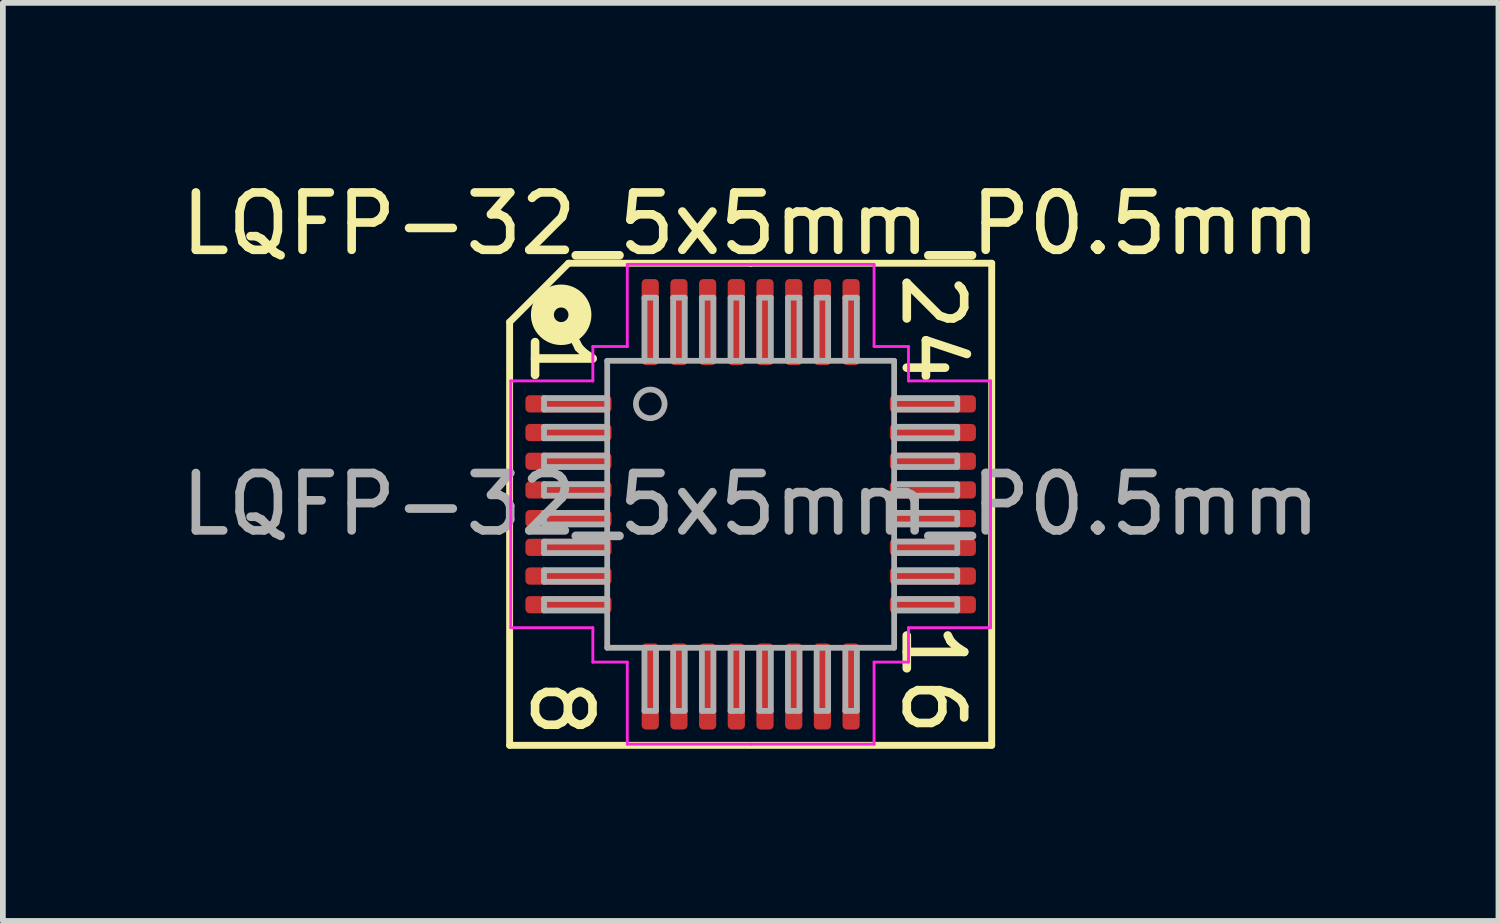
<source format=kicad_pcb>
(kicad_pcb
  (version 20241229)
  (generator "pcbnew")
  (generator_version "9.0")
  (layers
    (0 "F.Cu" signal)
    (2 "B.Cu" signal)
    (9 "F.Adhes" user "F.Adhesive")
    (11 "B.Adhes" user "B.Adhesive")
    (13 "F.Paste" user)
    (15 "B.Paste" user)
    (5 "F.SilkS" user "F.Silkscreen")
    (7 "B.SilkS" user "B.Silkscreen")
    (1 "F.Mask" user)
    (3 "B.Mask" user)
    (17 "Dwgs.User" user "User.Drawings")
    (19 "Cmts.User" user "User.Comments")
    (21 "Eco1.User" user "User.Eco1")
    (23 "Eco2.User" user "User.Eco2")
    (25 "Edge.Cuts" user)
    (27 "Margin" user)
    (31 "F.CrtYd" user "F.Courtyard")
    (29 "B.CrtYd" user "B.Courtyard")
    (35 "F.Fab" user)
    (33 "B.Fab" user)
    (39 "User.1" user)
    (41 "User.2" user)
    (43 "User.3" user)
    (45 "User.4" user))
  (footprint "LQFP-32_5x5mm_P0.5mm"
    (layer "F.Cu")
    (at 10.03 5.737)
    (property "Reference" "LQFP-32_5x5mm_P0.5mm" (at 0 -4.889 0) (layer "F.SilkS") (effects (font (size 1 1) (thickness 0.15))))
    (attr smd)
    (fp_line (start -4.2 -3.175) (end -4.2 4.2) (stroke (width 0.12) (type solid)) (layer "F.SilkS"))
    (fp_line (start -4.2 4.2) (end 4.2 4.2) (stroke (width 0.12) (type solid)) (layer "F.SilkS"))
    (fp_line (start -3.175 -4.2) (end -4.2 -3.175) (stroke (width 0.12) (type solid)) (layer "F.SilkS"))
    (fp_line (start 0 -4.2) (end -3.175 -4.2) (stroke (width 0.12) (type solid)) (layer "F.SilkS"))
    (fp_line (start 4.2 -4.2) (end 0 -4.2) (stroke (width 0.12) (type solid)) (layer "F.SilkS"))
    (fp_line (start 4.2 4.2) (end 4.2 -4.2) (stroke (width 0.12) (type solid)) (layer "F.SilkS"))
    (fp_circle (center -3.302 -3.302) (end -3.175 -3.302) (stroke (width 0.4) (type solid)) (fill no) (layer "F.SilkS"))
    (fp_line (start -4.18 -2.15) (end -4.18 0) (stroke (width 0.05) (type solid)) (layer "F.CrtYd"))
    (fp_line (start -4.18 2.15) (end -4.18 0) (stroke (width 0.05) (type solid)) (layer "F.CrtYd"))
    (fp_line (start -2.75 -2.75) (end -2.75 -2.15) (stroke (width 0.05) (type solid)) (layer "F.CrtYd"))
    (fp_line (start -2.75 -2.15) (end -4.18 -2.15) (stroke (width 0.05) (type solid)) (layer "F.CrtYd"))
    (fp_line (start -2.75 2.15) (end -4.18 2.15) (stroke (width 0.05) (type solid)) (layer "F.CrtYd"))
    (fp_line (start -2.75 2.75) (end -2.75 2.15) (stroke (width 0.05) (type solid)) (layer "F.CrtYd"))
    (fp_line (start -2.15 -4.18) (end -2.15 -2.75) (stroke (width 0.05) (type solid)) (layer "F.CrtYd"))
    (fp_line (start -2.15 -2.75) (end -2.75 -2.75) (stroke (width 0.05) (type solid)) (layer "F.CrtYd"))
    (fp_line (start -2.15 2.75) (end -2.75 2.75) (stroke (width 0.05) (type solid)) (layer "F.CrtYd"))
    (fp_line (start -2.15 4.18) (end -2.15 2.75) (stroke (width 0.05) (type solid)) (layer "F.CrtYd"))
    (fp_line (start 0 -4.18) (end -2.15 -4.18) (stroke (width 0.05) (type solid)) (layer "F.CrtYd"))
    (fp_line (start 0 -4.18) (end 2.15 -4.18) (stroke (width 0.05) (type solid)) (layer "F.CrtYd"))
    (fp_line (start 0 4.18) (end -2.15 4.18) (stroke (width 0.05) (type solid)) (layer "F.CrtYd"))
    (fp_line (start 0 4.18) (end 2.15 4.18) (stroke (width 0.05) (type solid)) (layer "F.CrtYd"))
    (fp_line (start 2.15 -4.18) (end 2.15 -2.75) (stroke (width 0.05) (type solid)) (layer "F.CrtYd"))
    (fp_line (start 2.15 -2.75) (end 2.75 -2.75) (stroke (width 0.05) (type solid)) (layer "F.CrtYd"))
    (fp_line (start 2.15 2.75) (end 2.75 2.75) (stroke (width 0.05) (type solid)) (layer "F.CrtYd"))
    (fp_line (start 2.15 4.18) (end 2.15 2.75) (stroke (width 0.05) (type solid)) (layer "F.CrtYd"))
    (fp_line (start 2.75 -2.75) (end 2.75 -2.15) (stroke (width 0.05) (type solid)) (layer "F.CrtYd"))
    (fp_line (start 2.75 -2.15) (end 4.18 -2.15) (stroke (width 0.05) (type solid)) (layer "F.CrtYd"))
    (fp_line (start 2.75 2.15) (end 4.18 2.15) (stroke (width 0.05) (type solid)) (layer "F.CrtYd"))
    (fp_line (start 2.75 2.75) (end 2.75 2.15) (stroke (width 0.05) (type solid)) (layer "F.CrtYd"))
    (fp_line (start 4.18 -2.15) (end 4.18 0) (stroke (width 0.05) (type solid)) (layer "F.CrtYd"))
    (fp_line (start 4.18 2.15) (end 4.18 0) (stroke (width 0.05) (type solid)) (layer "F.CrtYd"))
    (fp_line (start -3.6 -1.85) (end -3.6 -1.65) (stroke (width 0.1) (type solid)) (layer "F.Fab"))
    (fp_line (start -3.6 -1.85) (end -2.5 -1.85) (stroke (width 0.1) (type solid)) (layer "F.Fab"))
    (fp_line (start -3.6 -1.65) (end -2.5 -1.65) (stroke (width 0.1) (type solid)) (layer "F.Fab"))
    (fp_line (start -3.6 -1.35) (end -3.6 -1.15) (stroke (width 0.1) (type solid)) (layer "F.Fab"))
    (fp_line (start -3.6 -1.35) (end -2.5 -1.35) (stroke (width 0.1) (type solid)) (layer "F.Fab"))
    (fp_line (start -3.6 -1.15) (end -2.5 -1.15) (stroke (width 0.1) (type solid)) (layer "F.Fab"))
    (fp_line (start -3.6 -0.85) (end -3.6 -0.65) (stroke (width 0.1) (type solid)) (layer "F.Fab"))
    (fp_line (start -3.6 -0.85) (end -2.5 -0.85) (stroke (width 0.1) (type solid)) (layer "F.Fab"))
    (fp_line (start -3.6 -0.65) (end -2.5 -0.65) (stroke (width 0.1) (type solid)) (layer "F.Fab"))
    (fp_line (start -3.6 -0.35) (end -3.6 -0.15) (stroke (width 0.1) (type solid)) (layer "F.Fab"))
    (fp_line (start -3.6 -0.35) (end -2.5 -0.35) (stroke (width 0.1) (type solid)) (layer "F.Fab"))
    (fp_line (start -3.6 -0.15) (end -2.5 -0.15) (stroke (width 0.1) (type solid)) (layer "F.Fab"))
    (fp_line (start -3.6 0.15) (end -3.6 0.35) (stroke (width 0.1) (type solid)) (layer "F.Fab"))
    (fp_line (start -3.6 0.15) (end -2.5 0.15) (stroke (width 0.1) (type solid)) (layer "F.Fab"))
    (fp_line (start -3.6 0.35) (end -2.5 0.35) (stroke (width 0.1) (type solid)) (layer "F.Fab"))
    (fp_line (start -3.6 0.65) (end -3.6 0.85) (stroke (width 0.1) (type solid)) (layer "F.Fab"))
    (fp_line (start -3.6 0.65) (end -2.5 0.65) (stroke (width 0.1) (type solid)) (layer "F.Fab"))
    (fp_line (start -3.6 0.85) (end -2.5 0.85) (stroke (width 0.1) (type solid)) (layer "F.Fab"))
    (fp_line (start -3.6 1.15) (end -3.6 1.35) (stroke (width 0.1) (type solid)) (layer "F.Fab"))
    (fp_line (start -3.6 1.15) (end -2.5 1.15) (stroke (width 0.1) (type solid)) (layer "F.Fab"))
    (fp_line (start -3.6 1.35) (end -2.5 1.35) (stroke (width 0.1) (type solid)) (layer "F.Fab"))
    (fp_line (start -3.6 1.65) (end -3.6 1.85) (stroke (width 0.1) (type solid)) (layer "F.Fab"))
    (fp_line (start -3.6 1.65) (end -2.5 1.65) (stroke (width 0.1) (type solid)) (layer "F.Fab"))
    (fp_line (start -3.6 1.85) (end -2.5 1.85) (stroke (width 0.1) (type solid)) (layer "F.Fab"))
    (fp_line (start -2.5 -2.5) (end 2.5 -2.5) (stroke (width 0.1) (type solid)) (layer "F.Fab"))
    (fp_line (start -2.5 2.5) (end -2.5 -2.5) (stroke (width 0.1) (type solid)) (layer "F.Fab"))
    (fp_line (start -1.85 -3.6) (end -1.85 -2.5) (stroke (width 0.1) (type solid)) (layer "F.Fab"))
    (fp_line (start -1.85 3.6) (end -1.85 2.5) (stroke (width 0.1) (type solid)) (layer "F.Fab"))
    (fp_line (start -1.85 3.6) (end -1.65 3.6) (stroke (width 0.1) (type solid)) (layer "F.Fab"))
    (fp_line (start -1.65 -3.6) (end -1.85 -3.6) (stroke (width 0.1) (type solid)) (layer "F.Fab"))
    (fp_line (start -1.65 -3.6) (end -1.65 -2.5) (stroke (width 0.1) (type solid)) (layer "F.Fab"))
    (fp_line (start -1.65 3.6) (end -1.65 2.5) (stroke (width 0.1) (type solid)) (layer "F.Fab"))
    (fp_line (start -1.35 -3.6) (end -1.35 -2.5) (stroke (width 0.1) (type solid)) (layer "F.Fab"))
    (fp_line (start -1.35 3.6) (end -1.35 2.5) (stroke (width 0.1) (type solid)) (layer "F.Fab"))
    (fp_line (start -1.35 3.6) (end -1.15 3.6) (stroke (width 0.1) (type solid)) (layer "F.Fab"))
    (fp_line (start -1.15 -3.6) (end -1.35 -3.6) (stroke (width 0.1) (type solid)) (layer "F.Fab"))
    (fp_line (start -1.15 -3.6) (end -1.15 -2.5) (stroke (width 0.1) (type solid)) (layer "F.Fab"))
    (fp_line (start -1.15 3.6) (end -1.15 2.5) (stroke (width 0.1) (type solid)) (layer "F.Fab"))
    (fp_line (start -0.85 -3.6) (end -0.85 -2.5) (stroke (width 0.1) (type solid)) (layer "F.Fab"))
    (fp_line (start -0.85 3.6) (end -0.85 2.5) (stroke (width 0.1) (type solid)) (layer "F.Fab"))
    (fp_line (start -0.85 3.6) (end -0.65 3.6) (stroke (width 0.1) (type solid)) (layer "F.Fab"))
    (fp_line (start -0.65 -3.6) (end -0.85 -3.6) (stroke (width 0.1) (type solid)) (layer "F.Fab"))
    (fp_line (start -0.65 -3.6) (end -0.65 -2.5) (stroke (width 0.1) (type solid)) (layer "F.Fab"))
    (fp_line (start -0.65 3.6) (end -0.65 2.5) (stroke (width 0.1) (type solid)) (layer "F.Fab"))
    (fp_line (start -0.35 -3.6) (end -0.35 -2.5) (stroke (width 0.1) (type solid)) (layer "F.Fab"))
    (fp_line (start -0.35 3.6) (end -0.35 2.5) (stroke (width 0.1) (type solid)) (layer "F.Fab"))
    (fp_line (start -0.35 3.6) (end -0.15 3.6) (stroke (width 0.1) (type solid)) (layer "F.Fab"))
    (fp_line (start -0.15 -3.6) (end -0.35 -3.6) (stroke (width 0.1) (type solid)) (layer "F.Fab"))
    (fp_line (start -0.15 -3.6) (end -0.15 -2.5) (stroke (width 0.1) (type solid)) (layer "F.Fab"))
    (fp_line (start -0.15 3.6) (end -0.15 2.5) (stroke (width 0.1) (type solid)) (layer "F.Fab"))
    (fp_line (start 0.15 -3.6) (end 0.15 -2.5) (stroke (width 0.1) (type solid)) (layer "F.Fab"))
    (fp_line (start 0.15 3.6) (end 0.15 2.5) (stroke (width 0.1) (type solid)) (layer "F.Fab"))
    (fp_line (start 0.15 3.6) (end 0.35 3.6) (stroke (width 0.1) (type solid)) (layer "F.Fab"))
    (fp_line (start 0.35 -3.6) (end 0.15 -3.6) (stroke (width 0.1) (type solid)) (layer "F.Fab"))
    (fp_line (start 0.35 -3.6) (end 0.35 -2.5) (stroke (width 0.1) (type solid)) (layer "F.Fab"))
    (fp_line (start 0.35 3.6) (end 0.35 2.5) (stroke (width 0.1) (type solid)) (layer "F.Fab"))
    (fp_line (start 0.65 -3.6) (end 0.65 -2.5) (stroke (width 0.1) (type solid)) (layer "F.Fab"))
    (fp_line (start 0.65 3.6) (end 0.65 2.5) (stroke (width 0.1) (type solid)) (layer "F.Fab"))
    (fp_line (start 0.65 3.6) (end 0.85 3.6) (stroke (width 0.1) (type solid)) (layer "F.Fab"))
    (fp_line (start 0.85 -3.6) (end 0.65 -3.6) (stroke (width 0.1) (type solid)) (layer "F.Fab"))
    (fp_line (start 0.85 -3.6) (end 0.85 -2.5) (stroke (width 0.1) (type solid)) (layer "F.Fab"))
    (fp_line (start 0.85 3.6) (end 0.85 2.5) (stroke (width 0.1) (type solid)) (layer "F.Fab"))
    (fp_line (start 1.15 -3.6) (end 1.15 -2.5) (stroke (width 0.1) (type solid)) (layer "F.Fab"))
    (fp_line (start 1.15 3.6) (end 1.15 2.5) (stroke (width 0.1) (type solid)) (layer "F.Fab"))
    (fp_line (start 1.15 3.6) (end 1.35 3.6) (stroke (width 0.1) (type solid)) (layer "F.Fab"))
    (fp_line (start 1.35 -3.6) (end 1.15 -3.6) (stroke (width 0.1) (type solid)) (layer "F.Fab"))
    (fp_line (start 1.35 -3.6) (end 1.35 -2.5) (stroke (width 0.1) (type solid)) (layer "F.Fab"))
    (fp_line (start 1.35 3.6) (end 1.35 2.5) (stroke (width 0.1) (type solid)) (layer "F.Fab"))
    (fp_line (start 1.65 -3.6) (end 1.65 -2.5) (stroke (width 0.1) (type solid)) (layer "F.Fab"))
    (fp_line (start 1.65 3.6) (end 1.65 2.5) (stroke (width 0.1) (type solid)) (layer "F.Fab"))
    (fp_line (start 1.65 3.6) (end 1.85 3.6) (stroke (width 0.1) (type solid)) (layer "F.Fab"))
    (fp_line (start 1.85 -3.6) (end 1.65 -3.6) (stroke (width 0.1) (type solid)) (layer "F.Fab"))
    (fp_line (start 1.85 -3.6) (end 1.85 -2.5) (stroke (width 0.1) (type solid)) (layer "F.Fab"))
    (fp_line (start 1.85 3.6) (end 1.85 2.5) (stroke (width 0.1) (type solid)) (layer "F.Fab"))
    (fp_line (start 2.5 -2.5) (end 2.5 2.5) (stroke (width 0.1) (type solid)) (layer "F.Fab"))
    (fp_line (start 2.5 2.5) (end -2.5 2.5) (stroke (width 0.1) (type solid)) (layer "F.Fab"))
    (fp_line (start 3.6 -1.85) (end 2.5 -1.85) (stroke (width 0.1) (type solid)) (layer "F.Fab"))
    (fp_line (start 3.6 -1.65) (end 2.5 -1.65) (stroke (width 0.1) (type solid)) (layer "F.Fab"))
    (fp_line (start 3.6 -1.65) (end 3.6 -1.85) (stroke (width 0.1) (type solid)) (layer "F.Fab"))
    (fp_line (start 3.6 -1.35) (end 2.5 -1.35) (stroke (width 0.1) (type solid)) (layer "F.Fab"))
    (fp_line (start 3.6 -1.15) (end 2.5 -1.15) (stroke (width 0.1) (type solid)) (layer "F.Fab"))
    (fp_line (start 3.6 -1.15) (end 3.6 -1.35) (stroke (width 0.1) (type solid)) (layer "F.Fab"))
    (fp_line (start 3.6 -0.85) (end 2.5 -0.85) (stroke (width 0.1) (type solid)) (layer "F.Fab"))
    (fp_line (start 3.6 -0.65) (end 2.5 -0.65) (stroke (width 0.1) (type solid)) (layer "F.Fab"))
    (fp_line (start 3.6 -0.65) (end 3.6 -0.85) (stroke (width 0.1) (type solid)) (layer "F.Fab"))
    (fp_line (start 3.6 -0.35) (end 2.5 -0.35) (stroke (width 0.1) (type solid)) (layer "F.Fab"))
    (fp_line (start 3.6 -0.15) (end 2.5 -0.15) (stroke (width 0.1) (type solid)) (layer "F.Fab"))
    (fp_line (start 3.6 -0.15) (end 3.6 -0.35) (stroke (width 0.1) (type solid)) (layer "F.Fab"))
    (fp_line (start 3.6 0.15) (end 2.5 0.15) (stroke (width 0.1) (type solid)) (layer "F.Fab"))
    (fp_line (start 3.6 0.35) (end 2.5 0.35) (stroke (width 0.1) (type solid)) (layer "F.Fab"))
    (fp_line (start 3.6 0.35) (end 3.6 0.15) (stroke (width 0.1) (type solid)) (layer "F.Fab"))
    (fp_line (start 3.6 0.65) (end 2.5 0.65) (stroke (width 0.1) (type solid)) (layer "F.Fab"))
    (fp_line (start 3.6 0.85) (end 2.5 0.85) (stroke (width 0.1) (type solid)) (layer "F.Fab"))
    (fp_line (start 3.6 0.85) (end 3.6 0.65) (stroke (width 0.1) (type solid)) (layer "F.Fab"))
    (fp_line (start 3.6 1.15) (end 2.5 1.15) (stroke (width 0.1) (type solid)) (layer "F.Fab"))
    (fp_line (start 3.6 1.35) (end 2.5 1.35) (stroke (width 0.1) (type solid)) (layer "F.Fab"))
    (fp_line (start 3.6 1.35) (end 3.6 1.15) (stroke (width 0.1) (type solid)) (layer "F.Fab"))
    (fp_line (start 3.6 1.65) (end 2.5 1.65) (stroke (width 0.1) (type solid)) (layer "F.Fab"))
    (fp_line (start 3.6 1.85) (end 2.5 1.85) (stroke (width 0.1) (type solid)) (layer "F.Fab"))
    (fp_line (start 3.6 1.85) (end 3.6 1.65) (stroke (width 0.1) (type solid)) (layer "F.Fab"))
    (fp_circle (center -1.75 -1.75) (end -1.5 -1.75) (stroke (width 0.1) (type solid)) (fill no) (layer "F.Fab"))
    (fp_text user "8" (at -3.302 3.556 270) (unlocked yes) (layer "F.SilkS") (effects (font (size 1 1) (thickness 0.15))))
    (fp_text user "1" (at -3.302 -2.54 270) (unlocked yes) (layer "F.SilkS") (effects (font (size 1 1) (thickness 0.15))))
    (fp_text user "16" (at 3.175 3.048 270) (unlocked yes) (layer "F.SilkS") (effects (font (size 1 1) (thickness 0.15))))
    (fp_text user "24" (at 3.175 -3.048 270) (unlocked yes) (layer "F.SilkS") (effects (font (size 1 1) (thickness 0.15))))
    (fp_text user "${REFERENCE}" (at 0 0 0) (layer "F.Fab") (effects (font (size 1 1) (thickness 0.15))))
    (pad "1" smd roundrect (at -3.175 -1.75) (size 1.5 0.3) (layers "F.Cu" "F.Mask" "F.Paste") (roundrect_rratio 0.25))
    (pad "2" smd roundrect (at -3.175 -1.25) (size 1.5 0.3) (layers "F.Cu" "F.Mask" "F.Paste") (roundrect_rratio 0.25))
    (pad "3" smd roundrect (at -3.175 -0.75) (size 1.5 0.3) (layers "F.Cu" "F.Mask" "F.Paste") (roundrect_rratio 0.25))
    (pad "4" smd roundrect (at -3.175 -0.25) (size 1.5 0.3) (layers "F.Cu" "F.Mask" "F.Paste") (roundrect_rratio 0.25))
    (pad "5" smd roundrect (at -3.175 0.25) (size 1.5 0.3) (layers "F.Cu" "F.Mask" "F.Paste") (roundrect_rratio 0.25))
    (pad "6" smd roundrect (at -3.175 0.75) (size 1.5 0.3) (layers "F.Cu" "F.Mask" "F.Paste") (roundrect_rratio 0.25))
    (pad "7" smd roundrect (at -3.175 1.25) (size 1.5 0.3) (layers "F.Cu" "F.Mask" "F.Paste") (roundrect_rratio 0.25))
    (pad "8" smd roundrect (at -3.175 1.75) (size 1.5 0.3) (layers "F.Cu" "F.Mask" "F.Paste") (roundrect_rratio 0.25))
    (pad "9" smd roundrect (at -1.75 3.175) (size 0.3 1.5) (layers "F.Cu" "F.Mask" "F.Paste") (roundrect_rratio 0.25))
    (pad "10" smd roundrect (at -1.25 3.175) (size 0.3 1.5) (layers "F.Cu" "F.Mask" "F.Paste") (roundrect_rratio 0.25))
    (pad "11" smd roundrect (at -0.75 3.175) (size 0.3 1.5) (layers "F.Cu" "F.Mask" "F.Paste") (roundrect_rratio 0.25))
    (pad "12" smd roundrect (at -0.25 3.175) (size 0.3 1.5) (layers "F.Cu" "F.Mask" "F.Paste") (roundrect_rratio 0.25))
    (pad "13" smd roundrect (at 0.25 3.175) (size 0.3 1.5) (layers "F.Cu" "F.Mask" "F.Paste") (roundrect_rratio 0.25))
    (pad "14" smd roundrect (at 0.75 3.175) (size 0.3 1.5) (layers "F.Cu" "F.Mask" "F.Paste") (roundrect_rratio 0.25))
    (pad "15" smd roundrect (at 1.25 3.175) (size 0.3 1.5) (layers "F.Cu" "F.Mask" "F.Paste") (roundrect_rratio 0.25))
    (pad "16" smd roundrect (at 1.75 3.175) (size 0.3 1.5) (layers "F.Cu" "F.Mask" "F.Paste") (roundrect_rratio 0.25))
    (pad "17" smd roundrect (at 3.175 1.75) (size 1.5 0.3) (layers "F.Cu" "F.Mask" "F.Paste") (roundrect_rratio 0.25))
    (pad "18" smd roundrect (at 3.175 1.25) (size 1.5 0.3) (layers "F.Cu" "F.Mask" "F.Paste") (roundrect_rratio 0.25))
    (pad "19" smd roundrect (at 3.175 0.75) (size 1.5 0.3) (layers "F.Cu" "F.Mask" "F.Paste") (roundrect_rratio 0.25))
    (pad "20" smd roundrect (at 3.175 0.25) (size 1.5 0.3) (layers "F.Cu" "F.Mask" "F.Paste") (roundrect_rratio 0.25))
    (pad "21" smd roundrect (at 3.175 -0.25) (size 1.5 0.3) (layers "F.Cu" "F.Mask" "F.Paste") (roundrect_rratio 0.25))
    (pad "22" smd roundrect (at 3.175 -0.75) (size 1.5 0.3) (layers "F.Cu" "F.Mask" "F.Paste") (roundrect_rratio 0.25))
    (pad "23" smd roundrect (at 3.175 -1.25) (size 1.5 0.3) (layers "F.Cu" "F.Mask" "F.Paste") (roundrect_rratio 0.25))
    (pad "24" smd roundrect (at 3.175 -1.75) (size 1.5 0.3) (layers "F.Cu" "F.Mask" "F.Paste") (roundrect_rratio 0.25))
    (pad "25" smd roundrect (at 1.75 -3.175) (size 0.3 1.5) (layers "F.Cu" "F.Mask" "F.Paste") (roundrect_rratio 0.25))
    (pad "26" smd roundrect (at 1.25 -3.175) (size 0.3 1.5) (layers "F.Cu" "F.Mask" "F.Paste") (roundrect_rratio 0.25))
    (pad "27" smd roundrect (at 0.75 -3.175) (size 0.3 1.5) (layers "F.Cu" "F.Mask" "F.Paste") (roundrect_rratio 0.25))
    (pad "28" smd roundrect (at 0.25 -3.175) (size 0.3 1.5) (layers "F.Cu" "F.Mask" "F.Paste") (roundrect_rratio 0.25))
    (pad "29" smd roundrect (at -0.25 -3.175) (size 0.3 1.5) (layers "F.Cu" "F.Mask" "F.Paste") (roundrect_rratio 0.25))
    (pad "30" smd roundrect (at -0.75 -3.175) (size 0.3 1.5) (layers "F.Cu" "F.Mask" "F.Paste") (roundrect_rratio 0.25))
    (pad "31" smd roundrect (at -1.25 -3.175) (size 0.3 1.5) (layers "F.Cu" "F.Mask" "F.Paste") (roundrect_rratio 0.25))
    (pad "32" smd roundrect (at -1.75 -3.175) (size 0.3 1.5) (layers "F.Cu" "F.Mask" "F.Paste") (roundrect_rratio 0.25)))
  (gr_rect
    (start -3 -3)
    (end 23.06 12.997)
    (stroke (width 0.1) (type default))
    (fill no)
    (layer "Edge.Cuts")))
</source>
